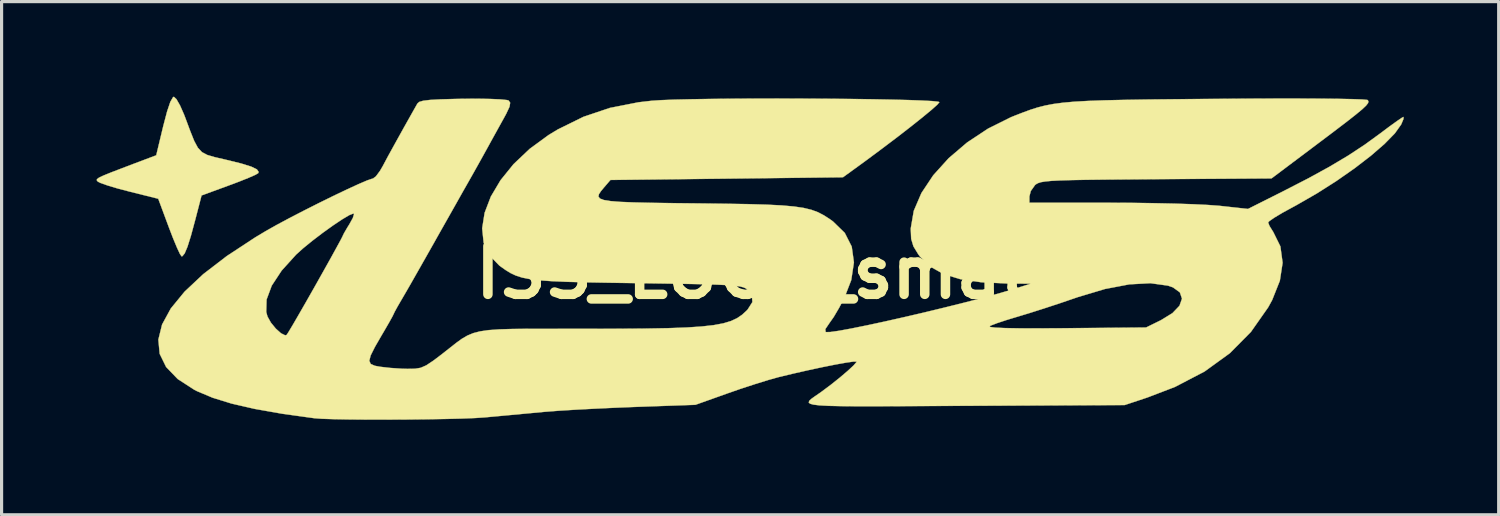
<source format=kicad_pcb>
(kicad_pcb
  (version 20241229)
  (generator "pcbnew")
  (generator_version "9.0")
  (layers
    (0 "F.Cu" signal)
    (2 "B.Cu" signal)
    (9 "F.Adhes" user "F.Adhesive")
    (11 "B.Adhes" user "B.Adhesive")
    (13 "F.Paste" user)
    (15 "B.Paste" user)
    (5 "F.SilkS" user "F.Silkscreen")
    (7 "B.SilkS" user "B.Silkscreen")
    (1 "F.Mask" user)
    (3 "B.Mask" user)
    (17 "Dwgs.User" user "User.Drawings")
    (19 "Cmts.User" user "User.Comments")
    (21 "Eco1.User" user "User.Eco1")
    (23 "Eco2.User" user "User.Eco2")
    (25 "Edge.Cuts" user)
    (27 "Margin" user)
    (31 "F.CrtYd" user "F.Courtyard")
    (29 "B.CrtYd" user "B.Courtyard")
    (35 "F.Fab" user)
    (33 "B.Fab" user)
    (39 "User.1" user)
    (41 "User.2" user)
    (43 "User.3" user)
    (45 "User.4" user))
  (footprint "ISS_LOGO_small"
    (layer "F.Cu")
    (at 21.059 5.551)
    (property "Reference" "ISS_LOGO_small" (at 0 0 0) (layer "F.SilkS") (effects (font (size 1.524 1.524) (thickness 0.3))))
    (attr through_hole)
    (fp_poly (pts (xy -18.54 -5.471) (xy -18.426 -5.272) (xy -18.3 -4.986) (xy -18.271 -4.911) (xy -18.105 -4.466) (xy -17.979 -4.151) (xy -17.864 -3.938) (xy -17.736 -3.8) (xy -17.567 -3.71) (xy -17.333 -3.641) (xy -17.006 -3.566) (xy -16.961 -3.555) (xy -16.494 -3.44) (xy -16.179 -3.342) (xy -16.001 -3.256) (xy -15.945 -3.175) (xy -15.958 -3.136) (xy -16.048 -3.083) (xy -16.265 -2.988) (xy -16.572 -2.865) (xy -16.872 -2.753) (xy -17.747 -2.432) (xy -17.947 -1.661) (xy -18.082 -1.161) (xy -18.191 -0.814) (xy -18.28 -0.603) (xy -18.354 -0.513) (xy -18.376 -0.508) (xy -18.428 -0.582) (xy -18.523 -0.785) (xy -18.647 -1.083) (xy -18.776 -1.418) (xy -19.114 -2.328) (xy -20.024 -2.555) (xy -20.401 -2.654) (xy -20.718 -2.749) (xy -20.939 -2.827) (xy -21.022 -2.869) (xy -21.054 -2.908) (xy -21.049 -2.945) (xy -20.987 -2.992) (xy -20.847 -3.059) (xy -20.606 -3.157) (xy -20.243 -3.296) (xy -19.897 -3.428) (xy -19.178 -3.699) (xy -18.956 -4.623) (xy -18.835 -5.082) (xy -18.732 -5.388) (xy -18.648 -5.533) (xy -18.621 -5.546) (xy -18.54 -5.471)) (stroke (width 0.01) (type solid)) (fill yes) (layer "F.SilkS"))
    (fp_poly (pts (xy 1.197 -5.488) (xy 1.955 -5.484) (xy 2.687 -5.478) (xy 3.376 -5.469) (xy 4.002 -5.457) (xy 4.546 -5.444) (xy 4.99 -5.428) (xy 5.315 -5.411) (xy 5.503 -5.391) (xy 5.542 -5.376) (xy 5.476 -5.297) (xy 5.292 -5.133) (xy 5.01 -4.9) (xy 4.65 -4.613) (xy 4.23 -4.287) (xy 3.77 -3.939) (xy 3.29 -3.582) (xy 3.048 -3.405) (xy 2.498 -3.006) (xy -1.172 -2.963) (xy -4.841 -2.921) (xy -5.042 -2.687) (xy -5.14 -2.569) (xy -5.204 -2.473) (xy -5.22 -2.396) (xy -5.173 -2.335) (xy -5.051 -2.288) (xy -4.84 -2.254) (xy -4.527 -2.229) (xy -4.096 -2.212) (xy -3.536 -2.199) (xy -2.832 -2.189) (xy -2.089 -2.181) (xy -1.216 -2.17) (xy -0.493 -2.158) (xy 0.097 -2.141) (xy 0.573 -2.117) (xy 0.954 -2.083) (xy 1.258 -2.038) (xy 1.504 -1.978) (xy 1.71 -1.902) (xy 1.894 -1.806) (xy 2.076 -1.689) (xy 2.184 -1.611) (xy 2.555 -1.25) (xy 2.775 -0.816) (xy 2.844 -0.318) (xy 2.76 0.237) (xy 2.546 0.792) (xy 2.378 1.112) (xy 2.206 1.404) (xy 2.065 1.604) (xy 2.064 1.606) (xy 1.942 1.786) (xy 1.951 1.877) (xy 1.961 1.881) (xy 2.095 1.879) (xy 2.37 1.84) (xy 2.763 1.768) (xy 3.131 1.693) (xy 7.128 1.693) (xy 7.147 1.72) (xy 7.307 1.74) (xy 7.612 1.754) (xy 8.07 1.762) (xy 8.685 1.763) (xy 9.463 1.759) (xy 9.525 1.758) (xy 12.065 1.736) (xy 12.537 1.504) (xy 12.898 1.282) (xy 13.12 1.05) (xy 13.199 0.826) (xy 13.132 0.627) (xy 12.915 0.47) (xy 12.758 0.415) (xy 12.204 0.338) (xy 11.537 0.374) (xy 10.769 0.52) (xy 9.91 0.777) (xy 9.864 0.793) (xy 9.375 0.96) (xy 8.862 1.129) (xy 8.387 1.28) (xy 8.017 1.392) (xy 7.669 1.497) (xy 7.372 1.595) (xy 7.173 1.671) (xy 7.128 1.693) (xy 3.131 1.693) (xy 3.252 1.669) (xy 3.814 1.548) (xy 4.426 1.41) (xy 5.066 1.261) (xy 5.71 1.105) (xy 6.336 0.949) (xy 6.922 0.797) (xy 7.443 0.654) (xy 7.879 0.525) (xy 7.916 0.514) (xy 8.424 0.354) (xy 7.662 0.346) (xy 6.86 0.308) (xy 6.202 0.211) (xy 5.673 0.049) (xy 5.257 -0.184) (xy 4.937 -0.492) (xy 4.875 -0.575) (xy 4.722 -0.826) (xy 4.651 -1.061) (xy 4.638 -1.367) (xy 4.639 -1.399) (xy 4.733 -1.946) (xy 4.975 -2.509) (xy 5.348 -3.069) (xy 5.834 -3.607) (xy 6.417 -4.104) (xy 7.077 -4.541) (xy 7.798 -4.9) (xy 7.916 -4.948) (xy 8.176 -5.049) (xy 8.413 -5.136) (xy 8.642 -5.209) (xy 8.879 -5.269) (xy 9.14 -5.319) (xy 9.44 -5.359) (xy 9.795 -5.391) (xy 10.22 -5.415) (xy 10.732 -5.434) (xy 11.346 -5.448) (xy 12.077 -5.46) (xy 12.941 -5.469) (xy 13.955 -5.478) (xy 14.297 -5.48) (xy 15.246 -5.487) (xy 16.118 -5.49) (xy 16.903 -5.49) (xy 17.585 -5.487) (xy 18.154 -5.481) (xy 18.596 -5.472) (xy 18.898 -5.461) (xy 19.047 -5.447) (xy 19.061 -5.442) (xy 19.084 -5.402) (xy 19.072 -5.348) (xy 19.01 -5.268) (xy 18.884 -5.149) (xy 18.68 -4.98) (xy 18.384 -4.748) (xy 17.981 -4.441) (xy 17.458 -4.047) (xy 17.389 -3.995) (xy 16.025 -2.97) (xy 12.382 -2.946) (xy 11.499 -2.939) (xy 10.77 -2.933) (xy 10.178 -2.926) (xy 9.71 -2.917) (xy 9.348 -2.906) (xy 9.077 -2.892) (xy 8.882 -2.873) (xy 8.747 -2.851) (xy 8.657 -2.822) (xy 8.595 -2.788) (xy 8.56 -2.76) (xy 8.426 -2.571) (xy 8.382 -2.4) (xy 8.382 -2.201) (xy 10.939 -2.201) (xy 11.634 -2.198) (xy 12.32 -2.188) (xy 12.967 -2.174) (xy 13.543 -2.155) (xy 14.016 -2.132) (xy 14.356 -2.107) (xy 14.389 -2.104) (xy 15.282 -2.006) (xy 16.395 -2.565) (xy 17.192 -2.975) (xy 17.864 -3.344) (xy 18.444 -3.69) (xy 18.967 -4.034) (xy 19.463 -4.395) (xy 19.466 -4.397) (xy 19.755 -4.614) (xy 19.993 -4.785) (xy 20.148 -4.889) (xy 20.19 -4.911) (xy 20.19 -4.846) (xy 20.124 -4.688) (xy 20.113 -4.666) (xy 19.916 -4.39) (xy 19.59 -4.057) (xy 19.158 -3.683) (xy 18.642 -3.286) (xy 18.065 -2.883) (xy 17.451 -2.493) (xy 16.821 -2.131) (xy 16.701 -2.066) (xy 16.377 -1.889) (xy 16.119 -1.735) (xy 15.957 -1.623) (xy 15.917 -1.58) (xy 15.962 -1.467) (xy 16.071 -1.292) (xy 16.078 -1.282) (xy 16.305 -0.823) (xy 16.375 -0.307) (xy 16.288 0.259) (xy 16.045 0.87) (xy 15.918 1.101) (xy 15.375 1.875) (xy 14.708 2.548) (xy 13.911 3.125) (xy 12.979 3.611) (xy 12.107 3.945) (xy 11.388 4.184) (xy 6.308 4.208) (xy 5.239 4.214) (xy 4.328 4.219) (xy 3.564 4.222) (xy 2.937 4.222) (xy 2.435 4.218) (xy 2.047 4.209) (xy 1.762 4.194) (xy 1.57 4.171) (xy 1.459 4.141) (xy 1.417 4.101) (xy 1.435 4.05) (xy 1.501 3.988) (xy 1.604 3.914) (xy 1.732 3.826) (xy 1.815 3.768) (xy 2.111 3.547) (xy 2.398 3.318) (xy 2.648 3.105) (xy 2.832 2.935) (xy 2.922 2.83) (xy 2.925 2.812) (xy 2.828 2.812) (xy 2.597 2.845) (xy 2.261 2.905) (xy 1.85 2.987) (xy 1.394 3.085) (xy 0.922 3.192) (xy 0.466 3.302) (xy 0.144 3.392) (xy -0.279 3.523) (xy -0.744 3.675) (xy -1.143 3.814) (xy -2.159 4.176) (xy -4.064 4.243) (xy -4.69 4.268) (xy -5.328 4.298) (xy -5.935 4.33) (xy -6.467 4.363) (xy -6.881 4.395) (xy -6.943 4.4) (xy -7.457 4.448) (xy -8.027 4.501) (xy -8.566 4.551) (xy -8.805 4.573) (xy -9.104 4.593) (xy -9.53 4.61) (xy -10.054 4.623) (xy -10.644 4.633) (xy -11.273 4.64) (xy -11.91 4.643) (xy -12.525 4.643) (xy -13.09 4.638) (xy -13.574 4.629) (xy -13.948 4.617) (xy -14.182 4.6) (xy -15.203 4.458) (xy -16.07 4.305) (xy -16.797 4.138) (xy -17.399 3.952) (xy -17.891 3.745) (xy -17.972 3.704) (xy -18.5 3.362) (xy -18.866 2.982) (xy -19.069 2.567) (xy -19.111 2.119) (xy -18.993 1.641) (xy -18.778 1.247) (xy -15.706 1.247) (xy -15.666 1.39) (xy -15.559 1.582) (xy -15.404 1.771) (xy -15.24 1.918) (xy -15.107 1.983) (xy -15.062 1.971) (xy -15.003 1.88) (xy -14.874 1.665) (xy -14.69 1.348) (xy -14.463 0.953) (xy -14.207 0.503) (xy -14.146 0.395) (xy -13.889 -0.062) (xy -13.663 -0.466) (xy -13.481 -0.797) (xy -13.354 -1.03) (xy -13.295 -1.145) (xy -13.293 -1.152) (xy -13.251 -1.239) (xy -13.147 -1.418) (xy -13.08 -1.526) (xy -12.972 -1.721) (xy -12.935 -1.843) (xy -12.951 -1.863) (xy -13.081 -1.813) (xy -13.309 -1.678) (xy -13.602 -1.482) (xy -13.928 -1.248) (xy -14.254 -0.999) (xy -14.548 -0.759) (xy -14.762 -0.566) (xy -15.219 -0.061) (xy -15.532 0.415) (xy -15.695 0.854) (xy -15.706 1.247) (xy -18.778 1.247) (xy -18.717 1.135) (xy -18.283 0.605) (xy -17.694 0.052) (xy -16.949 -0.52) (xy -16.05 -1.11) (xy -15.721 -1.307) (xy -15.388 -1.495) (xy -14.981 -1.713) (xy -14.529 -1.947) (xy -14.058 -2.185) (xy -13.595 -2.413) (xy -13.167 -2.617) (xy -12.8 -2.786) (xy -12.523 -2.905) (xy -12.36 -2.961) (xy -12.34 -2.963) (xy -12.245 -3.033) (xy -12.113 -3.211) (xy -12.024 -3.365) (xy -11.868 -3.658) (xy -11.643 -4.066) (xy -11.368 -4.562) (xy -11.057 -5.115) (xy -10.933 -5.334) (xy -10.876 -5.384) (xy -10.752 -5.421) (xy -10.538 -5.447) (xy -10.212 -5.465) (xy -9.749 -5.478) (xy -9.516 -5.482) (xy -9.049 -5.485) (xy -8.638 -5.478) (xy -8.313 -5.464) (xy -8.107 -5.443) (xy -8.055 -5.429) (xy -8.006 -5.358) (xy -8.028 -5.23) (xy -8.131 -5.01) (xy -8.203 -4.878) (xy -8.399 -4.524) (xy -8.615 -4.133) (xy -8.734 -3.916) (xy -8.916 -3.587) (xy -9.134 -3.197) (xy -9.338 -2.836) (xy -9.496 -2.559) (xy -9.713 -2.173) (xy -9.969 -1.72) (xy -10.241 -1.239) (xy -10.414 -0.931) (xy -10.676 -0.468) (xy -10.93 -0.021) (xy -11.155 0.375) (xy -11.333 0.683) (xy -11.418 0.829) (xy -11.558 1.069) (xy -11.654 1.244) (xy -11.684 1.309) (xy -11.724 1.391) (xy -11.831 1.583) (xy -11.986 1.851) (xy -12.06 1.976) (xy -12.279 2.356) (xy -12.41 2.618) (xy -12.453 2.787) (xy -12.408 2.887) (xy -12.279 2.944) (xy -12.107 2.976) (xy -11.791 3.012) (xy -11.42 3.037) (xy -11.248 3.042) (xy -11.013 3.038) (xy -10.83 3.008) (xy -10.653 2.93) (xy -10.435 2.785) (xy -10.155 2.573) (xy -9.91 2.38) (xy -9.708 2.221) (xy -9.53 2.092) (xy -9.357 1.991) (xy -9.172 1.914) (xy -8.956 1.858) (xy -8.689 1.819) (xy -8.354 1.795) (xy -7.932 1.782) (xy -7.404 1.777) (xy -6.751 1.777) (xy -5.955 1.778) (xy -5.582 1.778) (xy -4.58 1.776) (xy -3.732 1.77) (xy -3.023 1.757) (xy -2.438 1.736) (xy -1.962 1.704) (xy -1.579 1.661) (xy -1.275 1.604) (xy -1.034 1.531) (xy -0.842 1.441) (xy -0.683 1.332) (xy -0.542 1.202) (xy -0.51 1.168) (xy -0.361 0.934) (xy -0.377 0.719) (xy -0.517 0.542) (xy -0.571 0.501) (xy -0.644 0.468) (xy -0.754 0.44) (xy -0.916 0.417) (xy -1.146 0.399) (xy -1.463 0.384) (xy -1.881 0.371) (xy -2.417 0.36) (xy -3.088 0.349) (xy -3.91 0.337) (xy -4.009 0.336) (xy -4.893 0.323) (xy -5.625 0.31) (xy -6.223 0.294) (xy -6.705 0.273) (xy -7.089 0.246) (xy -7.392 0.208) (xy -7.633 0.159) (xy -7.828 0.096) (xy -7.996 0.017) (xy -8.155 -0.081) (xy -8.321 -0.199) (xy -8.349 -0.22) (xy -8.666 -0.547) (xy -8.844 -0.944) (xy -8.89 -1.395) (xy -8.812 -1.885) (xy -8.616 -2.397) (xy -8.309 -2.914) (xy -7.899 -3.421) (xy -7.391 -3.902) (xy -6.794 -4.339) (xy -6.503 -4.515) (xy -5.691 -4.915) (xy -4.859 -5.195) (xy -3.953 -5.373) (xy -3.536 -5.421) (xy -3.248 -5.44) (xy -2.836 -5.456) (xy -2.319 -5.468) (xy -1.715 -5.478) (xy -1.042 -5.485) (xy -0.321 -5.489) (xy 0.432 -5.49) (xy 1.197 -5.488)) (stroke (width 0.01) (type solid)) (fill yes) (layer "F.SilkS")))
  (gr_rect
    (start -3 -3)
    (end 44.254 13.199)
    (stroke (width 0.1) (type default))
    (fill no)
    (layer "Edge.Cuts")))
</source>
